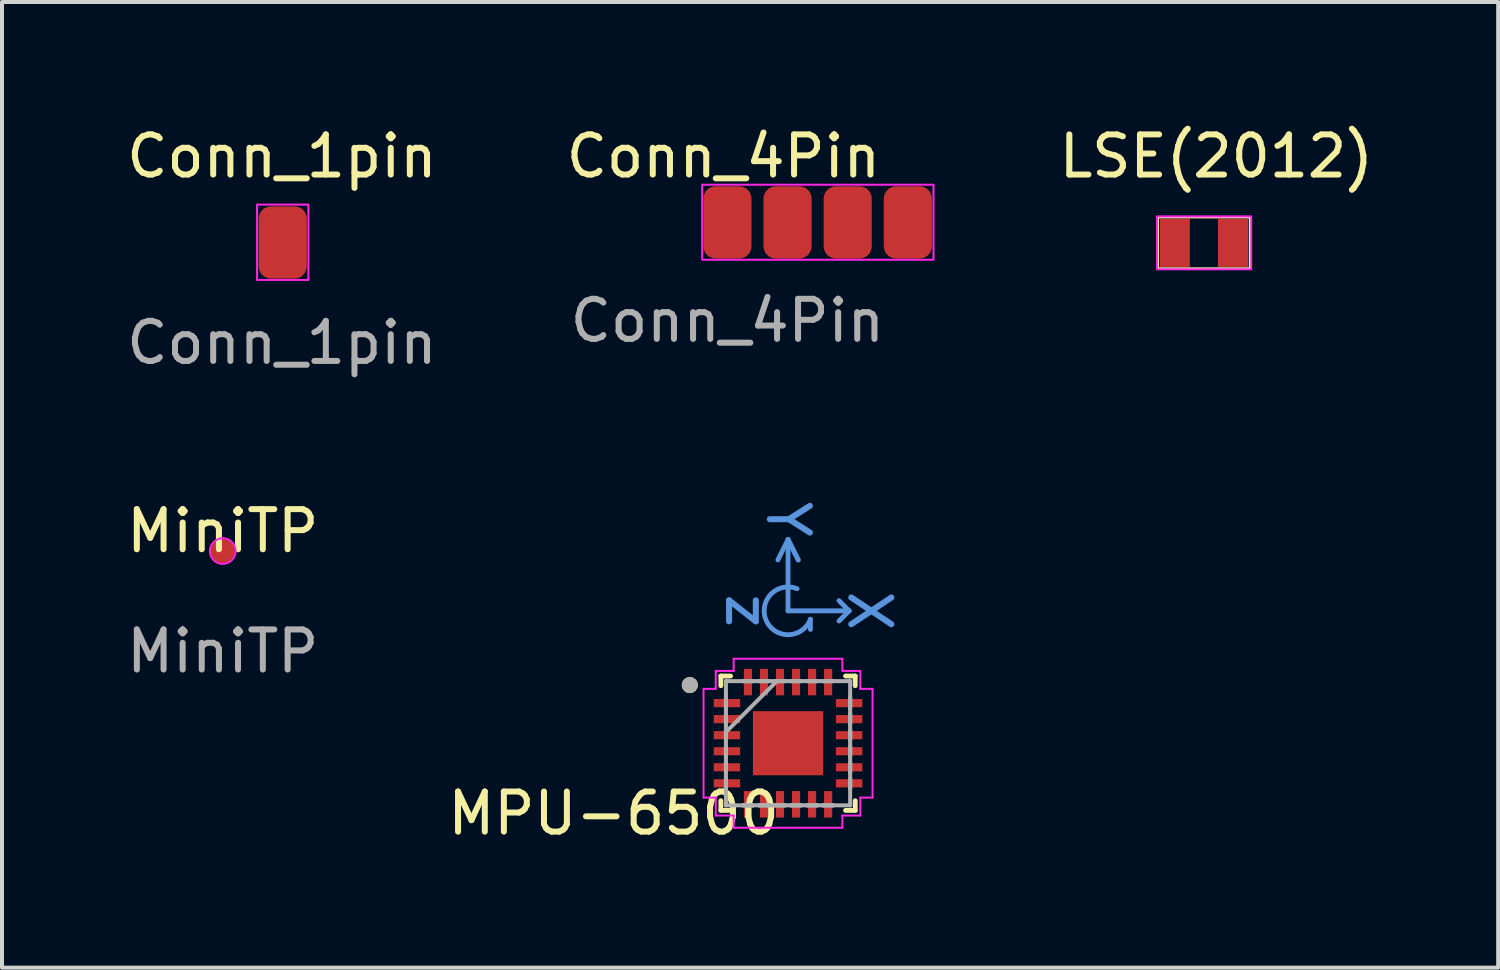
<source format=kicad_pcb>
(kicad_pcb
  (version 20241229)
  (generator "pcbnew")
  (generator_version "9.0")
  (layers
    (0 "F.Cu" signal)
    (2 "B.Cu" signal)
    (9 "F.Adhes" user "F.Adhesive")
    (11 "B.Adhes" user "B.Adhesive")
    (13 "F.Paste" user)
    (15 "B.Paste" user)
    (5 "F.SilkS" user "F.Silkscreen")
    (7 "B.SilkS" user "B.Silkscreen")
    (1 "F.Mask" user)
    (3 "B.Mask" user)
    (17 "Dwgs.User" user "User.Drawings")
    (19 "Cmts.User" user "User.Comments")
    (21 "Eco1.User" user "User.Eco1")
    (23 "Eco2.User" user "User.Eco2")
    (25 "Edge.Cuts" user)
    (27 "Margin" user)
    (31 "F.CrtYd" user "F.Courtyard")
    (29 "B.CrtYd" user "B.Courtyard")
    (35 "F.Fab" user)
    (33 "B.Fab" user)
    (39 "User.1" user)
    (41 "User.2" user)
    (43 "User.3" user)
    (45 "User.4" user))
  (footprint "Conn_1pin"
    (layer "F.Cu")
    (at 3.982 2.998)
    (property "Reference" "Conn_1pin" (at 0 -2.15 0) (unlocked yes) (layer "F.SilkS") (effects (font (size 1 1) (thickness 0.15))))
    (attr smd)
    (fp_rect (start -0.62 -0.945) (end 0.66 0.935) (stroke (width 0.05) (type solid)) (fill no) (layer "F.CrtYd"))
    (fp_text user "${REFERENCE}" (at 0 2.5 0) (unlocked yes) (layer "F.Fab") (effects (font (size 1 1) (thickness 0.15))))
    (pad "1" smd roundrect (at 0.02 0) (size 1.2 1.8) (layers "F.Cu" "F.Mask" "F.Paste") (roundrect_rratio 0.25)))
  (footprint "Conn_4Pin"
    (layer "F.Cu")
    (at 15.094 2.448)
    (property "Reference" "Conn_4Pin" (at -0.1 -1.6 0) (unlocked yes) (layer "F.SilkS") (effects (font (size 1 1) (thickness 0.15))))
    (attr smd)
    (fp_rect (start -0.63 -0.89) (end 5.14 0.98) (stroke (width 0.05) (type solid)) (fill no) (layer "F.CrtYd"))
    (fp_text user "${REFERENCE}" (at 0 2.5 0) (unlocked yes) (layer "F.Fab") (effects (font (size 1 1) (thickness 0.15))))
    (pad "1" smd roundrect (at 0 0.05) (size 1.2 1.8) (layers "F.Cu" "F.Mask" "F.Paste") (roundrect_rratio 0.25))
    (pad "2" smd roundrect (at 1.5 0.05) (size 1.2 1.8) (layers "F.Cu" "F.Mask" "F.Paste") (roundrect_rratio 0.25))
    (pad "3" smd roundrect (at 3 0.05) (size 1.2 1.8) (layers "F.Cu" "F.Mask" "F.Paste") (roundrect_rratio 0.25))
    (pad "4" smd roundrect (at 4.5 0.05) (size 1.2 1.8) (layers "F.Cu" "F.Mask" "F.Paste") (roundrect_rratio 0.25)))
  (footprint "LSE(2012)"
    (layer "F.Cu")
    (at 26.979 3.008)
    (property "Reference" "LSE(2012)" (at 0.31 -2.16 0) (unlocked yes) (layer "F.SilkS") (effects (font (size 1 1) (thickness 0.15))))
    (attr smd)
    (fp_rect (start -1.15 -0.64) (end 1.15 0.64) (stroke (width 0.06) (type solid)) (fill no) (layer "F.SilkS"))
    (fp_rect (start -1.17 -0.66) (end 1.18 0.66) (stroke (width 0.05) (type solid)) (fill no) (layer "F.CrtYd"))
    (pad "1" smd rect (at -0.725 0) (size 0.75 1.2) (layers "F.Cu" "F.Mask" "F.Paste"))
    (pad "2" smd rect (at 0.725 0) (size 0.75 1.2) (layers "F.Cu" "F.Mask" "F.Paste")))
  (footprint "MPU-6500"
    (layer "F.Cu")
    (at 16.606 15.488)
    (property "Reference" "MPU-6500" (at -4.35 1.75 0) (layer "F.SilkS") (effects (font (size 1 1) (thickness 0.15))))
    (attr through_hole)
    (fp_line (start -1.676 -1.676) (end -1.676 -1.434) (stroke (width 0.12) (type solid)) (layer "F.SilkS"))
    (fp_line (start -1.676 1.434) (end -1.676 1.676) (stroke (width 0.12) (type solid)) (layer "F.SilkS"))
    (fp_line (start -1.676 1.676) (end -1.434 1.676) (stroke (width 0.12) (type solid)) (layer "F.SilkS"))
    (fp_line (start -1.434 -1.676) (end -1.676 -1.676) (stroke (width 0.12) (type solid)) (layer "F.SilkS"))
    (fp_line (start 1.434 1.676) (end 1.676 1.676) (stroke (width 0.12) (type solid)) (layer "F.SilkS"))
    (fp_line (start 1.676 -1.676) (end 1.434 -1.676) (stroke (width 0.12) (type solid)) (layer "F.SilkS"))
    (fp_line (start 1.676 -1.434) (end 1.676 -1.676) (stroke (width 0.12) (type solid)) (layer "F.SilkS"))
    (fp_line (start 1.676 1.676) (end 1.676 1.434) (stroke (width 0.12) (type solid)) (layer "F.SilkS"))
    (fp_circle (center -2.45 -1.45) (end -2.35 -1.45) (stroke (width 0.2) (type solid)) (fill no) (layer "F.SilkS"))
    (fp_line (start 0 -5.08) (end -0.254 -4.572) (stroke (width 0.12) (type solid)) (layer "Cmts.User"))
    (fp_line (start 0 -5.08) (end 0.254 -4.572) (stroke (width 0.12) (type solid)) (layer "Cmts.User"))
    (fp_line (start 0 -3.302) (end 0 -5.08) (stroke (width 0.12) (type solid)) (layer "Cmts.User"))
    (fp_line (start 0.254 -4.572) (end 0 -5.08) (stroke (width 0.12) (type solid)) (layer "Cmts.User"))
    (fp_line (start 0.558 -3.092) (end 0.558 -2.838) (stroke (width 0.12) (type solid)) (layer "Cmts.User"))
    (fp_line (start 1.524 -3.302) (end 0 -3.302) (stroke (width 0.12) (type solid)) (layer "Cmts.User"))
    (fp_line (start 1.524 -3.302) (end 1.27 -3.556) (stroke (width 0.12) (type solid)) (layer "Cmts.User"))
    (fp_line (start 1.524 -3.302) (end 1.27 -3.048) (stroke (width 0.12) (type solid)) (layer "Cmts.User"))
    (fp_arc (start 0.557951 -3.091695) (mid -0.546707 -3.063989) (end 0.226213 -3.853694) (stroke (width 0.12) (type solid)) (layer "Cmts.User"))
    (fp_line (start -2.108 -1.356) (end -1.803 -1.356) (stroke (width 0.05) (type solid)) (layer "F.CrtYd"))
    (fp_line (start -2.108 1.356) (end -2.108 -1.356) (stroke (width 0.05) (type solid)) (layer "F.CrtYd"))
    (fp_line (start -1.803 -1.803) (end -1.356 -1.803) (stroke (width 0.05) (type solid)) (layer "F.CrtYd"))
    (fp_line (start -1.803 -1.356) (end -1.803 -1.803) (stroke (width 0.05) (type solid)) (layer "F.CrtYd"))
    (fp_line (start -1.803 1.356) (end -2.108 1.356) (stroke (width 0.05) (type solid)) (layer "F.CrtYd"))
    (fp_line (start -1.803 1.803) (end -1.803 1.356) (stroke (width 0.05) (type solid)) (layer "F.CrtYd"))
    (fp_line (start -1.356 -2.108) (end 1.356 -2.108) (stroke (width 0.05) (type solid)) (layer "F.CrtYd"))
    (fp_line (start -1.356 -1.803) (end -1.356 -2.108) (stroke (width 0.05) (type solid)) (layer "F.CrtYd"))
    (fp_line (start -1.356 1.803) (end -1.803 1.803) (stroke (width 0.05) (type solid)) (layer "F.CrtYd"))
    (fp_line (start -1.356 2.108) (end -1.356 1.803) (stroke (width 0.05) (type solid)) (layer "F.CrtYd"))
    (fp_line (start 1.356 -2.108) (end 1.356 -1.803) (stroke (width 0.05) (type solid)) (layer "F.CrtYd"))
    (fp_line (start 1.356 -1.803) (end 1.803 -1.803) (stroke (width 0.05) (type solid)) (layer "F.CrtYd"))
    (fp_line (start 1.356 1.803) (end 1.356 2.108) (stroke (width 0.05) (type solid)) (layer "F.CrtYd"))
    (fp_line (start 1.356 2.108) (end -1.356 2.108) (stroke (width 0.05) (type solid)) (layer "F.CrtYd"))
    (fp_line (start 1.803 -1.803) (end 1.803 -1.356) (stroke (width 0.05) (type solid)) (layer "F.CrtYd"))
    (fp_line (start 1.803 -1.356) (end 2.108 -1.356) (stroke (width 0.05) (type solid)) (layer "F.CrtYd"))
    (fp_line (start 1.803 1.356) (end 1.803 1.803) (stroke (width 0.05) (type solid)) (layer "F.CrtYd"))
    (fp_line (start 1.803 1.803) (end 1.356 1.803) (stroke (width 0.05) (type solid)) (layer "F.CrtYd"))
    (fp_line (start 2.108 -1.356) (end 2.108 1.356) (stroke (width 0.05) (type solid)) (layer "F.CrtYd"))
    (fp_line (start 2.108 1.356) (end 1.803 1.356) (stroke (width 0.05) (type solid)) (layer "F.CrtYd"))
    (fp_line (start -1.549 -1.549) (end -1.549 -1.549) (stroke (width 0.1) (type solid)) (layer "F.Fab"))
    (fp_line (start -1.549 -1.549) (end -1.549 1.549) (stroke (width 0.1) (type solid)) (layer "F.Fab"))
    (fp_line (start -1.549 -1.127) (end -1.549 -1.127) (stroke (width 0.1) (type solid)) (layer "F.Fab"))
    (fp_line (start -1.549 -1.127) (end -1.549 -0.873) (stroke (width 0.1) (type solid)) (layer "F.Fab"))
    (fp_line (start -1.549 -0.873) (end -1.549 -1.127) (stroke (width 0.1) (type solid)) (layer "F.Fab"))
    (fp_line (start -1.549 -0.873) (end -1.549 -0.873) (stroke (width 0.1) (type solid)) (layer "F.Fab"))
    (fp_line (start -1.549 -0.727) (end -1.549 -0.727) (stroke (width 0.1) (type solid)) (layer "F.Fab"))
    (fp_line (start -1.549 -0.727) (end -1.549 -0.473) (stroke (width 0.1) (type solid)) (layer "F.Fab"))
    (fp_line (start -1.549 -0.473) (end -1.549 -0.727) (stroke (width 0.1) (type solid)) (layer "F.Fab"))
    (fp_line (start -1.549 -0.473) (end -1.549 -0.473) (stroke (width 0.1) (type solid)) (layer "F.Fab"))
    (fp_line (start -1.549 -0.327) (end -1.549 -0.327) (stroke (width 0.1) (type solid)) (layer "F.Fab"))
    (fp_line (start -1.549 -0.327) (end -1.549 -0.073) (stroke (width 0.1) (type solid)) (layer "F.Fab"))
    (fp_line (start -1.549 -0.279) (end -0.279 -1.549) (stroke (width 0.1) (type solid)) (layer "F.Fab"))
    (fp_line (start -1.549 -0.073) (end -1.549 -0.327) (stroke (width 0.1) (type solid)) (layer "F.Fab"))
    (fp_line (start -1.549 -0.073) (end -1.549 -0.073) (stroke (width 0.1) (type solid)) (layer "F.Fab"))
    (fp_line (start -1.549 0.073) (end -1.549 0.073) (stroke (width 0.1) (type solid)) (layer "F.Fab"))
    (fp_line (start -1.549 0.073) (end -1.549 0.327) (stroke (width 0.1) (type solid)) (layer "F.Fab"))
    (fp_line (start -1.549 0.327) (end -1.549 0.073) (stroke (width 0.1) (type solid)) (layer "F.Fab"))
    (fp_line (start -1.549 0.327) (end -1.549 0.327) (stroke (width 0.1) (type solid)) (layer "F.Fab"))
    (fp_line (start -1.549 0.473) (end -1.549 0.473) (stroke (width 0.1) (type solid)) (layer "F.Fab"))
    (fp_line (start -1.549 0.473) (end -1.549 0.727) (stroke (width 0.1) (type solid)) (layer "F.Fab"))
    (fp_line (start -1.549 0.727) (end -1.549 0.473) (stroke (width 0.1) (type solid)) (layer "F.Fab"))
    (fp_line (start -1.549 0.727) (end -1.549 0.727) (stroke (width 0.1) (type solid)) (layer "F.Fab"))
    (fp_line (start -1.549 0.873) (end -1.549 0.873) (stroke (width 0.1) (type solid)) (layer "F.Fab"))
    (fp_line (start -1.549 0.873) (end -1.549 1.127) (stroke (width 0.1) (type solid)) (layer "F.Fab"))
    (fp_line (start -1.549 1.127) (end -1.549 0.873) (stroke (width 0.1) (type solid)) (layer "F.Fab"))
    (fp_line (start -1.549 1.127) (end -1.549 1.127) (stroke (width 0.1) (type solid)) (layer "F.Fab"))
    (fp_line (start -1.549 1.549) (end -1.549 1.549) (stroke (width 0.1) (type solid)) (layer "F.Fab"))
    (fp_line (start -1.549 1.549) (end 1.549 1.549) (stroke (width 0.1) (type solid)) (layer "F.Fab"))
    (fp_line (start -1.127 -1.549) (end -1.127 -1.549) (stroke (width 0.1) (type solid)) (layer "F.Fab"))
    (fp_line (start -1.127 -1.549) (end -0.873 -1.549) (stroke (width 0.1) (type solid)) (layer "F.Fab"))
    (fp_line (start -1.127 1.549) (end -1.127 1.549) (stroke (width 0.1) (type solid)) (layer "F.Fab"))
    (fp_line (start -1.127 1.549) (end -0.873 1.549) (stroke (width 0.1) (type solid)) (layer "F.Fab"))
    (fp_line (start -0.873 -1.549) (end -1.127 -1.549) (stroke (width 0.1) (type solid)) (layer "F.Fab"))
    (fp_line (start -0.873 -1.549) (end -0.873 -1.549) (stroke (width 0.1) (type solid)) (layer "F.Fab"))
    (fp_line (start -0.873 1.549) (end -1.127 1.549) (stroke (width 0.1) (type solid)) (layer "F.Fab"))
    (fp_line (start -0.873 1.549) (end -0.873 1.549) (stroke (width 0.1) (type solid)) (layer "F.Fab"))
    (fp_line (start -0.727 -1.549) (end -0.727 -1.549) (stroke (width 0.1) (type solid)) (layer "F.Fab"))
    (fp_line (start -0.727 -1.549) (end -0.473 -1.549) (stroke (width 0.1) (type solid)) (layer "F.Fab"))
    (fp_line (start -0.727 1.549) (end -0.727 1.549) (stroke (width 0.1) (type solid)) (layer "F.Fab"))
    (fp_line (start -0.727 1.549) (end -0.473 1.549) (stroke (width 0.1) (type solid)) (layer "F.Fab"))
    (fp_line (start -0.473 -1.549) (end -0.727 -1.549) (stroke (width 0.1) (type solid)) (layer "F.Fab"))
    (fp_line (start -0.473 -1.549) (end -0.473 -1.549) (stroke (width 0.1) (type solid)) (layer "F.Fab"))
    (fp_line (start -0.473 1.549) (end -0.727 1.549) (stroke (width 0.1) (type solid)) (layer "F.Fab"))
    (fp_line (start -0.473 1.549) (end -0.473 1.549) (stroke (width 0.1) (type solid)) (layer "F.Fab"))
    (fp_line (start -0.327 -1.549) (end -0.327 -1.549) (stroke (width 0.1) (type solid)) (layer "F.Fab"))
    (fp_line (start -0.327 -1.549) (end -0.073 -1.549) (stroke (width 0.1) (type solid)) (layer "F.Fab"))
    (fp_line (start -0.327 1.549) (end -0.327 1.549) (stroke (width 0.1) (type solid)) (layer "F.Fab"))
    (fp_line (start -0.327 1.549) (end -0.073 1.549) (stroke (width 0.1) (type solid)) (layer "F.Fab"))
    (fp_line (start -0.073 -1.549) (end -0.327 -1.549) (stroke (width 0.1) (type solid)) (layer "F.Fab"))
    (fp_line (start -0.073 -1.549) (end -0.073 -1.549) (stroke (width 0.1) (type solid)) (layer "F.Fab"))
    (fp_line (start -0.073 1.549) (end -0.327 1.549) (stroke (width 0.1) (type solid)) (layer "F.Fab"))
    (fp_line (start -0.073 1.549) (end -0.073 1.549) (stroke (width 0.1) (type solid)) (layer "F.Fab"))
    (fp_line (start 0.073 -1.549) (end 0.073 -1.549) (stroke (width 0.1) (type solid)) (layer "F.Fab"))
    (fp_line (start 0.073 -1.549) (end 0.327 -1.549) (stroke (width 0.1) (type solid)) (layer "F.Fab"))
    (fp_line (start 0.073 1.549) (end 0.073 1.549) (stroke (width 0.1) (type solid)) (layer "F.Fab"))
    (fp_line (start 0.073 1.549) (end 0.327 1.549) (stroke (width 0.1) (type solid)) (layer "F.Fab"))
    (fp_line (start 0.327 -1.549) (end 0.073 -1.549) (stroke (width 0.1) (type solid)) (layer "F.Fab"))
    (fp_line (start 0.327 -1.549) (end 0.327 -1.549) (stroke (width 0.1) (type solid)) (layer "F.Fab"))
    (fp_line (start 0.327 1.549) (end 0.073 1.549) (stroke (width 0.1) (type solid)) (layer "F.Fab"))
    (fp_line (start 0.327 1.549) (end 0.327 1.549) (stroke (width 0.1) (type solid)) (layer "F.Fab"))
    (fp_line (start 0.473 -1.549) (end 0.473 -1.549) (stroke (width 0.1) (type solid)) (layer "F.Fab"))
    (fp_line (start 0.473 -1.549) (end 0.727 -1.549) (stroke (width 0.1) (type solid)) (layer "F.Fab"))
    (fp_line (start 0.473 1.549) (end 0.473 1.549) (stroke (width 0.1) (type solid)) (layer "F.Fab"))
    (fp_line (start 0.473 1.549) (end 0.727 1.549) (stroke (width 0.1) (type solid)) (layer "F.Fab"))
    (fp_line (start 0.727 -1.549) (end 0.473 -1.549) (stroke (width 0.1) (type solid)) (layer "F.Fab"))
    (fp_line (start 0.727 -1.549) (end 0.727 -1.549) (stroke (width 0.1) (type solid)) (layer "F.Fab"))
    (fp_line (start 0.727 1.549) (end 0.473 1.549) (stroke (width 0.1) (type solid)) (layer "F.Fab"))
    (fp_line (start 0.727 1.549) (end 0.727 1.549) (stroke (width 0.1) (type solid)) (layer "F.Fab"))
    (fp_line (start 0.873 -1.549) (end 0.873 -1.549) (stroke (width 0.1) (type solid)) (layer "F.Fab"))
    (fp_line (start 0.873 -1.549) (end 1.127 -1.549) (stroke (width 0.1) (type solid)) (layer "F.Fab"))
    (fp_line (start 0.873 1.549) (end 0.873 1.549) (stroke (width 0.1) (type solid)) (layer "F.Fab"))
    (fp_line (start 0.873 1.549) (end 1.127 1.549) (stroke (width 0.1) (type solid)) (layer "F.Fab"))
    (fp_line (start 1.127 -1.549) (end 0.873 -1.549) (stroke (width 0.1) (type solid)) (layer "F.Fab"))
    (fp_line (start 1.127 -1.549) (end 1.127 -1.549) (stroke (width 0.1) (type solid)) (layer "F.Fab"))
    (fp_line (start 1.127 1.549) (end 0.873 1.549) (stroke (width 0.1) (type solid)) (layer "F.Fab"))
    (fp_line (start 1.127 1.549) (end 1.127 1.549) (stroke (width 0.1) (type solid)) (layer "F.Fab"))
    (fp_line (start 1.549 -1.549) (end -1.549 -1.549) (stroke (width 0.1) (type solid)) (layer "F.Fab"))
    (fp_line (start 1.549 -1.549) (end 1.549 -1.549) (stroke (width 0.1) (type solid)) (layer "F.Fab"))
    (fp_line (start 1.549 -1.127) (end 1.549 -1.127) (stroke (width 0.1) (type solid)) (layer "F.Fab"))
    (fp_line (start 1.549 -1.127) (end 1.549 -0.873) (stroke (width 0.1) (type solid)) (layer "F.Fab"))
    (fp_line (start 1.549 -0.873) (end 1.549 -1.127) (stroke (width 0.1) (type solid)) (layer "F.Fab"))
    (fp_line (start 1.549 -0.873) (end 1.549 -0.873) (stroke (width 0.1) (type solid)) (layer "F.Fab"))
    (fp_line (start 1.549 -0.727) (end 1.549 -0.727) (stroke (width 0.1) (type solid)) (layer "F.Fab"))
    (fp_line (start 1.549 -0.727) (end 1.549 -0.473) (stroke (width 0.1) (type solid)) (layer "F.Fab"))
    (fp_line (start 1.549 -0.473) (end 1.549 -0.727) (stroke (width 0.1) (type solid)) (layer "F.Fab"))
    (fp_line (start 1.549 -0.473) (end 1.549 -0.473) (stroke (width 0.1) (type solid)) (layer "F.Fab"))
    (fp_line (start 1.549 -0.327) (end 1.549 -0.327) (stroke (width 0.1) (type solid)) (layer "F.Fab"))
    (fp_line (start 1.549 -0.327) (end 1.549 -0.073) (stroke (width 0.1) (type solid)) (layer "F.Fab"))
    (fp_line (start 1.549 -0.073) (end 1.549 -0.327) (stroke (width 0.1) (type solid)) (layer "F.Fab"))
    (fp_line (start 1.549 -0.073) (end 1.549 -0.073) (stroke (width 0.1) (type solid)) (layer "F.Fab"))
    (fp_line (start 1.549 0.073) (end 1.549 0.073) (stroke (width 0.1) (type solid)) (layer "F.Fab"))
    (fp_line (start 1.549 0.073) (end 1.549 0.327) (stroke (width 0.1) (type solid)) (layer "F.Fab"))
    (fp_line (start 1.549 0.327) (end 1.549 0.073) (stroke (width 0.1) (type solid)) (layer "F.Fab"))
    (fp_line (start 1.549 0.327) (end 1.549 0.327) (stroke (width 0.1) (type solid)) (layer "F.Fab"))
    (fp_line (start 1.549 0.473) (end 1.549 0.473) (stroke (width 0.1) (type solid)) (layer "F.Fab"))
    (fp_line (start 1.549 0.473) (end 1.549 0.727) (stroke (width 0.1) (type solid)) (layer "F.Fab"))
    (fp_line (start 1.549 0.727) (end 1.549 0.473) (stroke (width 0.1) (type solid)) (layer "F.Fab"))
    (fp_line (start 1.549 0.727) (end 1.549 0.727) (stroke (width 0.1) (type solid)) (layer "F.Fab"))
    (fp_line (start 1.549 0.873) (end 1.549 0.873) (stroke (width 0.1) (type solid)) (layer "F.Fab"))
    (fp_line (start 1.549 0.873) (end 1.549 1.127) (stroke (width 0.1) (type solid)) (layer "F.Fab"))
    (fp_line (start 1.549 1.127) (end 1.549 0.873) (stroke (width 0.1) (type solid)) (layer "F.Fab"))
    (fp_line (start 1.549 1.127) (end 1.549 1.127) (stroke (width 0.1) (type solid)) (layer "F.Fab"))
    (fp_line (start 1.549 1.549) (end 1.549 -1.549) (stroke (width 0.1) (type solid)) (layer "F.Fab"))
    (fp_line (start 1.549 1.549) (end 1.549 1.549) (stroke (width 0.1) (type solid)) (layer "F.Fab"))
    (fp_circle (center -2.45 -1.45) (end -2.35 -1.45) (stroke (width 0.2) (type solid)) (fill no) (layer "F.Fab"))
    (fp_text user "Y" (at 0 -5.588 270) (unlocked yes) (layer "Cmts.User") (effects (font (size 1 1) (thickness 0.15))))
    (fp_text user "X" (at 2.032 -3.302 270) (unlocked yes) (layer "Cmts.User") (effects (font (size 1 1) (thickness 0.15))))
    (fp_text user "z" (at -1.016 -3.302 270) (unlocked yes) (layer "Cmts.User") (effects (font (size 1 1) (thickness 0.15))))
    (pad "1" smd rect (at -1.524 -1 90) (size 0.203 0.66) (layers "F.Cu" "F.Mask" "F.Paste"))
    (pad "2" smd rect (at -1.524 -0.6 90) (size 0.203 0.66) (layers "F.Cu" "F.Mask" "F.Paste"))
    (pad "3" smd rect (at -1.524 -0.2 90) (size 0.203 0.66) (layers "F.Cu" "F.Mask" "F.Paste"))
    (pad "4" smd rect (at -1.524 0.2 90) (size 0.203 0.66) (layers "F.Cu" "F.Mask" "F.Paste"))
    (pad "5" smd rect (at -1.524 0.6 90) (size 0.203 0.66) (layers "F.Cu" "F.Mask" "F.Paste"))
    (pad "6" smd rect (at -1.524 1 90) (size 0.203 0.66) (layers "F.Cu" "F.Mask" "F.Paste"))
    (pad "7" smd rect (at -1 1.524) (size 0.203 0.66) (layers "F.Cu" "F.Mask" "F.Paste"))
    (pad "8" smd rect (at -0.6 1.524) (size 0.203 0.66) (layers "F.Cu" "F.Mask" "F.Paste"))
    (pad "9" smd rect (at -0.2 1.524) (size 0.203 0.66) (layers "F.Cu" "F.Mask" "F.Paste"))
    (pad "10" smd rect (at 0.2 1.524) (size 0.203 0.66) (layers "F.Cu" "F.Mask" "F.Paste"))
    (pad "11" smd rect (at 0.6 1.524) (size 0.203 0.66) (layers "F.Cu" "F.Mask" "F.Paste"))
    (pad "12" smd rect (at 1 1.524) (size 0.203 0.66) (layers "F.Cu" "F.Mask" "F.Paste"))
    (pad "13" smd rect (at 1.524 1 90) (size 0.203 0.66) (layers "F.Cu" "F.Mask" "F.Paste"))
    (pad "14" smd rect (at 1.524 0.6 90) (size 0.203 0.66) (layers "F.Cu" "F.Mask" "F.Paste"))
    (pad "15" smd rect (at 1.524 0.2 90) (size 0.203 0.66) (layers "F.Cu" "F.Mask" "F.Paste"))
    (pad "16" smd rect (at 1.524 -0.2 90) (size 0.203 0.66) (layers "F.Cu" "F.Mask" "F.Paste"))
    (pad "17" smd rect (at 1.524 -0.6 90) (size 0.203 0.66) (layers "F.Cu" "F.Mask" "F.Paste"))
    (pad "18" smd rect (at 1.524 -1 90) (size 0.203 0.66) (layers "F.Cu" "F.Mask" "F.Paste"))
    (pad "19" smd rect (at 1 -1.524) (size 0.203 0.66) (layers "F.Cu" "F.Mask" "F.Paste"))
    (pad "20" smd rect (at 0.6 -1.524) (size 0.203 0.66) (layers "F.Cu" "F.Mask" "F.Paste"))
    (pad "21" smd rect (at 0.2 -1.524) (size 0.203 0.66) (layers "F.Cu" "F.Mask" "F.Paste"))
    (pad "22" smd rect (at -0.2 -1.524) (size 0.203 0.66) (layers "F.Cu" "F.Mask" "F.Paste"))
    (pad "23" smd rect (at -0.6 -1.524) (size 0.203 0.66) (layers "F.Cu" "F.Mask" "F.Paste"))
    (pad "24" smd rect (at -1 -1.524) (size 0.203 0.66) (layers "F.Cu" "F.Mask" "F.Paste"))
    (pad "25" smd rect (at 0 0) (size 1.753 1.6) (layers "F.Cu" "F.Mask" "F.Paste")))
  (footprint "MiniTP"
    (layer "F.Cu")
    (at 2.506 10.695)
    (property "Reference" "MiniTP" (at 0 -0.5 0) (unlocked yes) (layer "F.SilkS") (effects (font (size 1 1) (thickness 0.15))))
    (fp_circle (center 0 0) (end 0.25 0.2) (stroke (width 0.05) (type solid)) (fill no) (layer "F.CrtYd"))
    (fp_text user "${REFERENCE}" (at 0 2.5 0) (unlocked yes) (layer "F.Fab") (effects (font (size 1 1) (thickness 0.15))))
    (pad "1" smd circle (at 0 0) (size 0.6 0.6) (layers "F.Cu" "F.Mask" "F.Paste")))
  (gr_rect
    (start -3 -3)
    (end 34.319 21.086)
    (stroke (width 0.1) (type default))
    (fill no)
    (layer "Edge.Cuts")))
</source>
